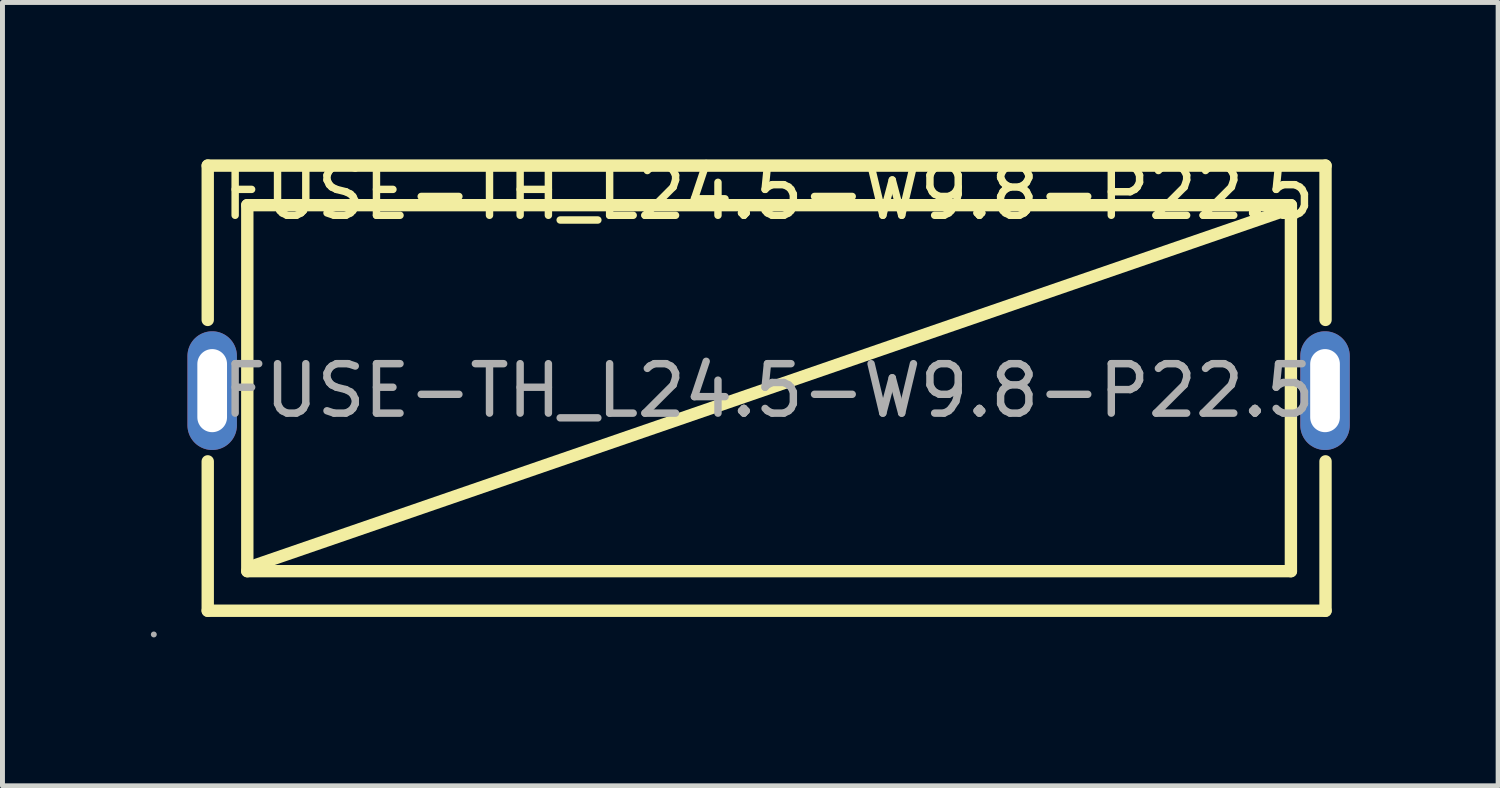
<source format=kicad_pcb>
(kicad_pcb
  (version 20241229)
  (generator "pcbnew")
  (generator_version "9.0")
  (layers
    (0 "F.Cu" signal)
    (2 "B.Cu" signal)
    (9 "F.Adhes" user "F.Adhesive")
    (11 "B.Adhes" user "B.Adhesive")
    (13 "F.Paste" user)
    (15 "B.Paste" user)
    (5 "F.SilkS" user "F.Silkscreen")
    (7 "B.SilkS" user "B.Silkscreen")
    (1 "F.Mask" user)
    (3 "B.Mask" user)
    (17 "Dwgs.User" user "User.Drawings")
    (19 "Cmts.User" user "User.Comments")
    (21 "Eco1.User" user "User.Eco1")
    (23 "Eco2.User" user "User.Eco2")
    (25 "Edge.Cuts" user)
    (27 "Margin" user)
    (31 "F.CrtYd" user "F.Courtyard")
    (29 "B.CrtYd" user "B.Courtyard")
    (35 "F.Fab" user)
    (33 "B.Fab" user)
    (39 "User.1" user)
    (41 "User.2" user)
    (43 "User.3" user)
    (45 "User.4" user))
  (footprint "FUSE-TH_L24.5-W9.8-P22.5"
    (layer "F.Cu")
    (at 12.49 4.848)
    (property "Reference" "FUSE-TH_L24.5-W9.8-P22.5" (at 0 -4 0) (layer "F.SilkS") (effects (font (size 1 1) (thickness 0.15))))
    (attr smd)
    (fp_line (start -11.34 -4.55) (end -11.34 -1.43) (stroke (width 0.25) (type solid)) (layer "F.SilkS"))
    (fp_line (start -11.34 -4.55) (end 11.26 -4.55) (stroke (width 0.25) (type solid)) (layer "F.SilkS"))
    (fp_line (start -11.34 1.43) (end -11.34 4.45) (stroke (width 0.25) (type solid)) (layer "F.SilkS"))
    (fp_line (start -10.54 -3.75) (end 10.56 -3.75) (stroke (width 0.25) (type solid)) (layer "F.SilkS"))
    (fp_line (start -10.54 3.65) (end -10.54 -3.75) (stroke (width 0.25) (type solid)) (layer "F.SilkS"))
    (fp_line (start 10.46 -3.65) (end -10.44 3.55) (stroke (width 0.25) (type solid)) (layer "F.SilkS"))
    (fp_line (start 10.56 -3.75) (end 10.56 3.65) (stroke (width 0.25) (type solid)) (layer "F.SilkS"))
    (fp_line (start 10.56 3.65) (end -10.54 3.65) (stroke (width 0.25) (type solid)) (layer "F.SilkS"))
    (fp_line (start 11.26 -1.43) (end 11.26 -4.55) (stroke (width 0.25) (type solid)) (layer "F.SilkS"))
    (fp_line (start 11.26 4.45) (end -11.34 4.45) (stroke (width 0.25) (type solid)) (layer "F.SilkS"))
    (fp_line (start 11.26 4.45) (end 11.26 1.43) (stroke (width 0.25) (type solid)) (layer "F.SilkS"))
    (fp_circle (center -12.43 4.93) (end -12.4 4.93) (stroke (width 0.06) (type solid)) (fill no) (layer "F.Fab"))
    (fp_text user "${REFERENCE}" (at 0 0 0) (layer "F.Fab") (effects (font (size 1 1) (thickness 0.15))))
    (pad "1" thru_hole oval (at -11.25 0) (size 1 2.4) (drill oval 0.6 1.68) (layers "*.Cu" "*.Paste" "*.Mask"))
    (pad "2" thru_hole oval (at 11.25 0) (size 1 2.4) (drill oval 0.6 1.68) (layers "*.Cu" "*.Paste" "*.Mask")))
  (gr_rect
    (start -3 -3)
    (end 27.24 12.838)
    (stroke (width 0.1) (type default))
    (fill no)
    (layer "Edge.Cuts")))
</source>
